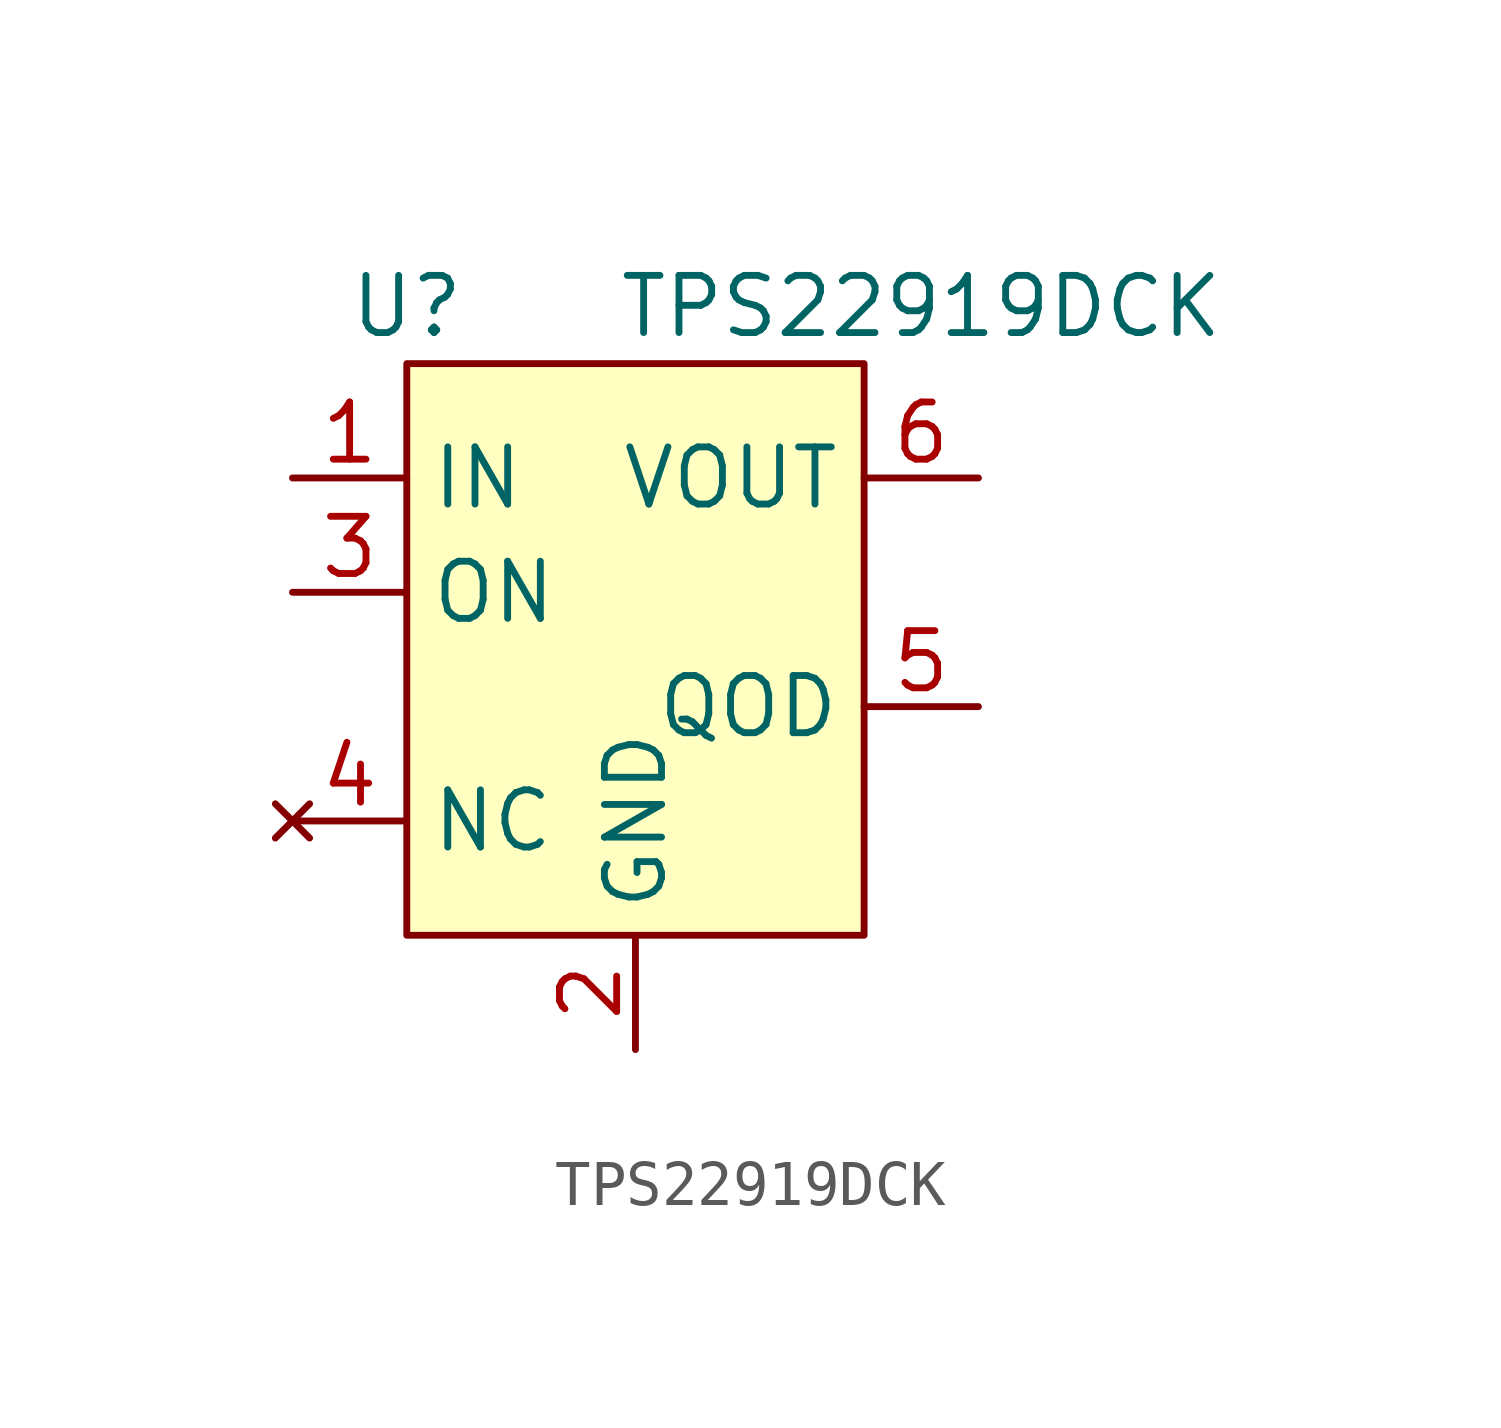
<source format=kicad_sym>
(kicad_symbol_lib
  (version 20220914)
  (generator kicad_symbol_editor)
  (symbol "TPS22919DCK"
    (property "Reference" "U"
      (at -5.08 7.62 0)
      (effects (font (size 1.27 1.27))))
    (property "Value" "TPS22919DCK"
      (at 6.35 7.62 0)
      (effects (font (size 1.27 1.27))))
    (symbol "TPS22919DCK_1_1"
      (rectangle (start -5.08 6.35) (end 5.08 -6.35) (stroke (width 0) (type default)) (fill (type background)))
      (pin power_in line (at -7.62 3.81 0) (length 2.54) (name "IN" (effects (font (size 1.27 1.27)))) (number "1" (effects (font (size 1.27 1.27)))))
      (pin power_in line (at 0 -8.89 90) (length 2.54) (name "GND" (effects (font (size 1.27 1.27)))) (number "2" (effects (font (size 1.27 1.27)))))
      (pin input line (at -7.62 1.27 0) (length 2.54) (name "ON" (effects (font (size 1.27 1.27)))) (number "3" (effects (font (size 1.27 1.27)))))
      (pin no_connect line (at -7.62 -3.81 0) (length 2.54) (name "NC" (effects (font (size 1.27 1.27)))) (number "4" (effects (font (size 1.27 1.27)))))
      (pin open_collector line (at 7.62 -1.27 180) (length 2.54) (name "QOD" (effects (font (size 1.27 1.27)))) (number "5" (effects (font (size 1.27 1.27)))))
      (pin power_out line (at 7.62 3.81 180) (length 2.54) (name "VOUT" (effects (font (size 1.27 1.27)))) (number "6" (effects (font (size 1.27 1.27))))))))
</source>
